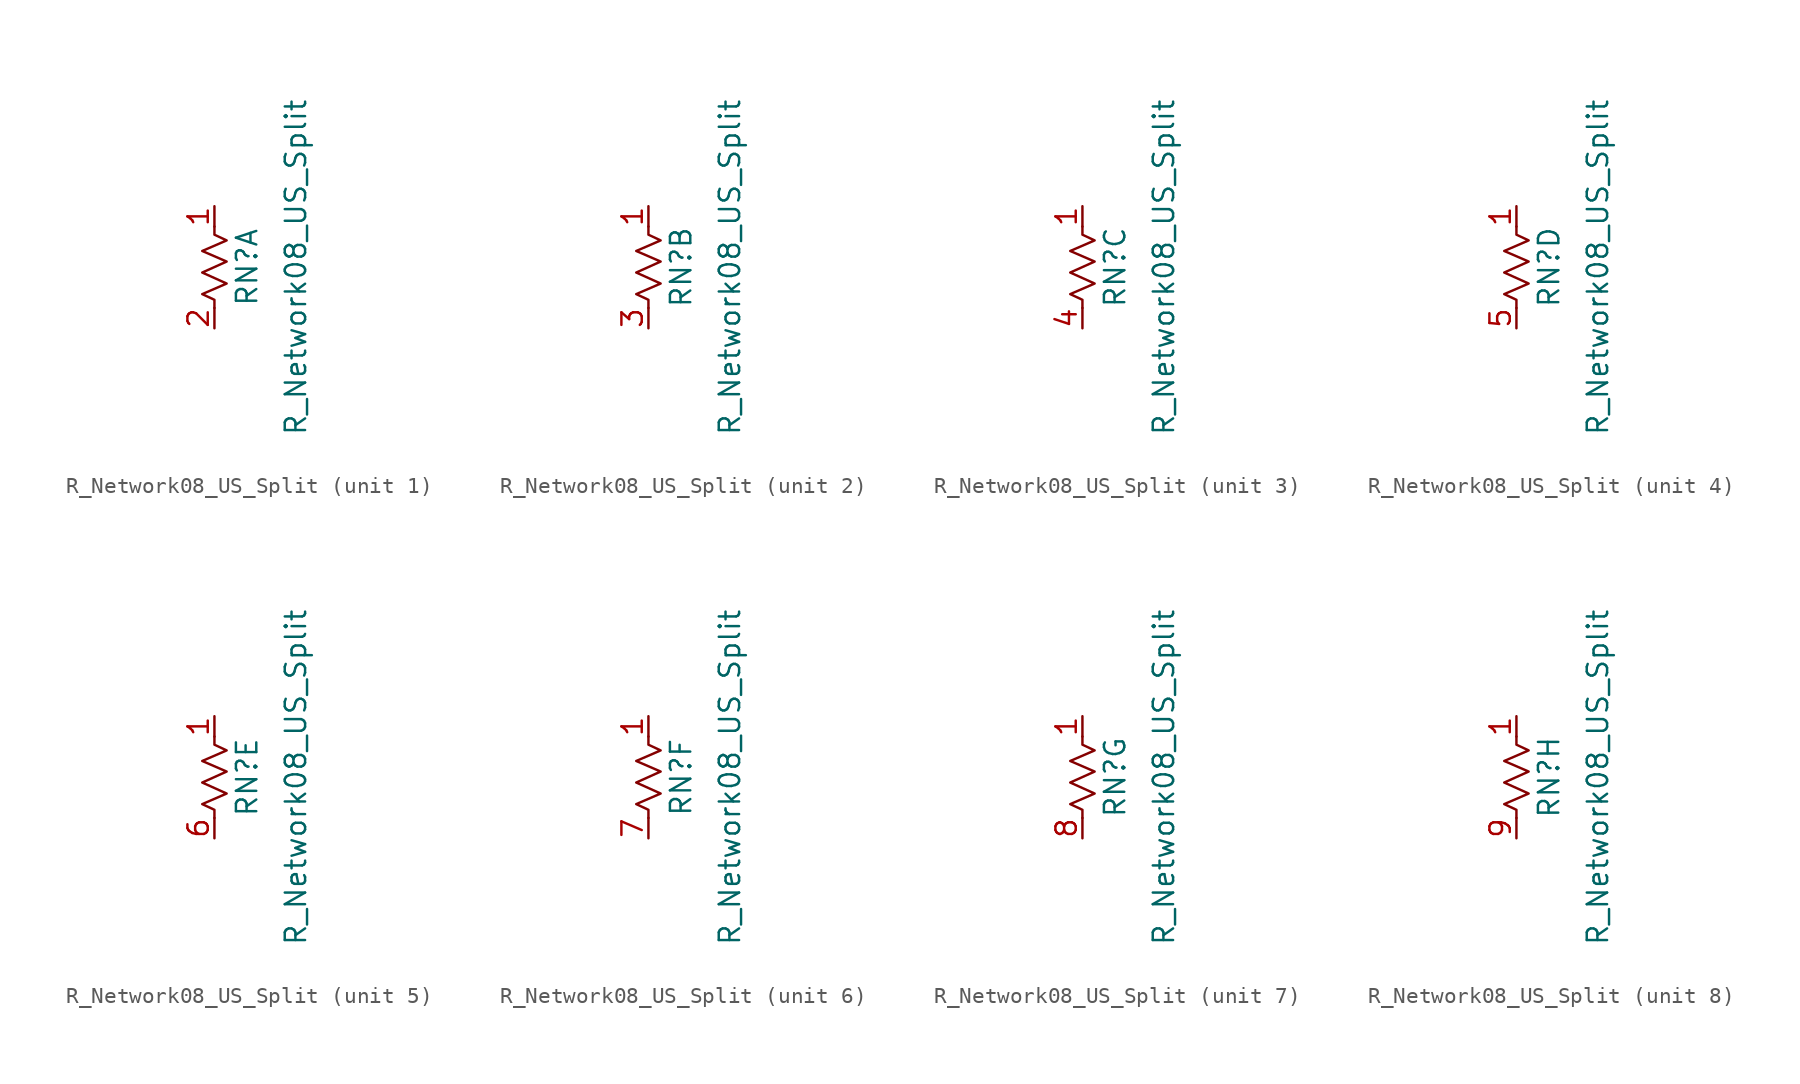
<source format=kicad_sym>
(kicad_symbol_lib
  (version 20211014)
  (generator kicad_symbol_editor)
  (symbol "R_Network08_US_Split"
    (pin_names
      (offset 0) hide)
    (property "Reference" "RN"
      (at 2.032 0 90)
      (effects (font (size 1.27 1.27))))
    (property "Value" "R_Network08_US_Split"
      (at 5.08 0 90)
      (effects (font (size 1.27 1.27))))
    (symbol "R_Network08_US_Split_0_1"
      (polyline (pts (xy 0 2.54) (xy 0 2.032) (xy 0.762 1.676) (xy -0.762 1.016) (xy 0.762 0.356) (xy -0.762 -0.33) (xy 0.762 -1.016) (xy -0.762 -1.676) (xy 0 -2.032) (xy 0 -2.54)) (stroke (width 0) (type default) (color 0 0 0 0)) (fill (type none)))
      (pin passive line (at 0 3.81 270) (length 1.27) (name "R1.1" (effects (font (size 1.27 1.27)))) (number "1" (effects (font (size 1.27 1.27))))))
    (symbol "R_Network08_US_Split_1_1"
      (pin passive line (at 0 -3.81 90) (length 1.27) (name "R1.2" (effects (font (size 1.27 1.27)))) (number "2" (effects (font (size 1.27 1.27))))))
    (symbol "R_Network08_US_Split_2_1"
      (pin passive line (at 0 -3.81 90) (length 1.27) (name "R2.2" (effects (font (size 1.27 1.27)))) (number "3" (effects (font (size 1.27 1.27))))))
    (symbol "R_Network08_US_Split_3_1"
      (pin passive line (at 0 -3.81 90) (length 1.27) (name "R3.2" (effects (font (size 1.27 1.27)))) (number "4" (effects (font (size 1.27 1.27))))))
    (symbol "R_Network08_US_Split_4_1"
      (pin passive line (at 0 -3.81 90) (length 1.27) (name "R4.2" (effects (font (size 1.27 1.27)))) (number "5" (effects (font (size 1.27 1.27))))))
    (symbol "R_Network08_US_Split_5_1"
      (pin passive line (at 0 -3.81 90) (length 1.27) (name "R5.2" (effects (font (size 1.27 1.27)))) (number "6" (effects (font (size 1.27 1.27))))))
    (symbol "R_Network08_US_Split_6_1"
      (pin passive line (at 0 -3.81 90) (length 1.27) (name "R6.2" (effects (font (size 1.27 1.27)))) (number "7" (effects (font (size 1.27 1.27))))))
    (symbol "R_Network08_US_Split_7_1"
      (pin passive line (at 0 -3.81 90) (length 1.27) (name "R7.2" (effects (font (size 1.27 1.27)))) (number "8" (effects (font (size 1.27 1.27))))))
    (symbol "R_Network08_US_Split_8_1"
      (pin passive line (at 0 -3.81 90) (length 1.27) (name "R8.2" (effects (font (size 1.27 1.27)))) (number "9" (effects (font (size 1.27 1.27))))))))
</source>
